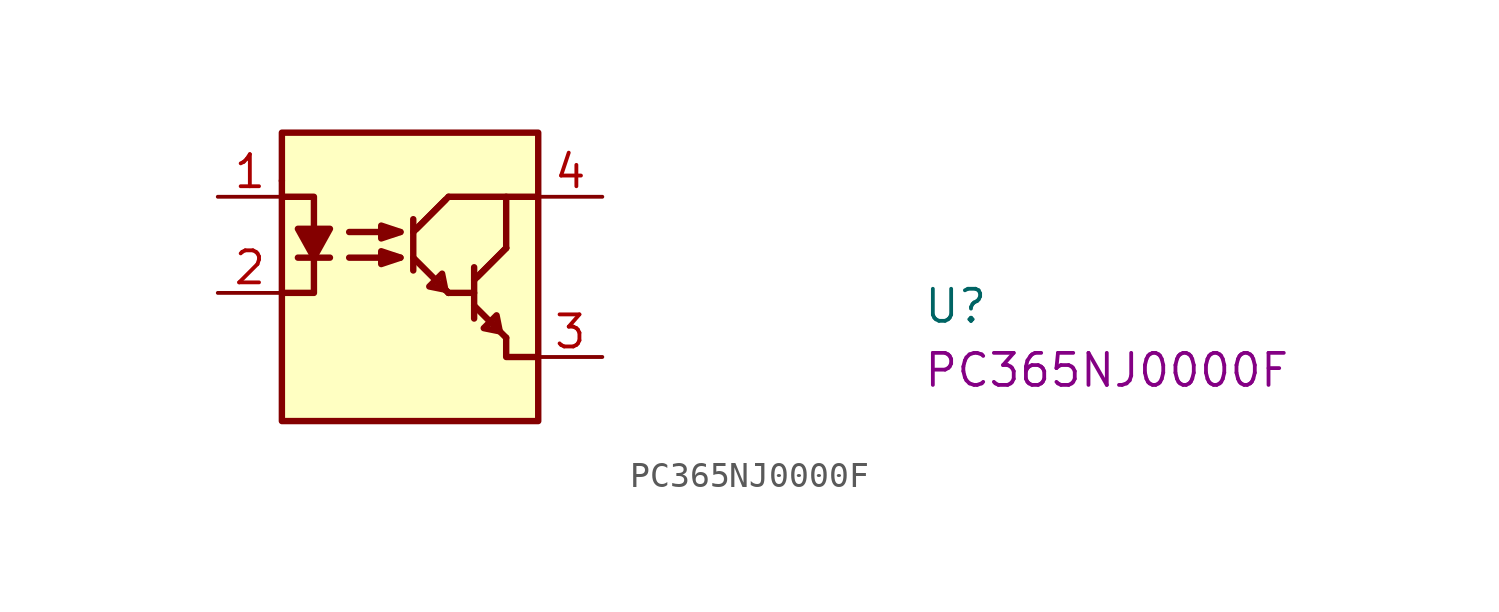
<source format=kicad_sym>
(kicad_symbol_lib
  (version 20220914)
  (generator kicad_symbol_editor)
  (symbol "PC365NJ0000F"
    (property "Reference" "U"
      (at 27.94 -5.08 0)
      (effects (font (size 1.27 1.27) (thickness 0.15)) (justify left bottom)))
    (property "MPN" "PC365NJ0000F"
      (at 27.94 -7.62 0)
      (effects (font (size 1.27 1.27) (thickness 0.15)) (justify left bottom)))
    (symbol "PC365NJ0000F_1_1"
      (polyline (pts (xy 3.175 -2.413) (xy 4.445 -2.413)) (stroke (width 0.254) (type default)) (fill (type background)))
      (polyline (pts (xy 5.207 -2.413) (xy 7.239 -2.413)) (stroke (width 0.254) (type default)) (fill (type background)))
      (polyline (pts (xy 5.207 -1.397) (xy 7.239 -1.397)) (stroke (width 0.254) (type default)) (fill (type background)))
      (polyline (pts (xy 7.747 -0.889) (xy 7.747 -2.921)) (stroke (width 0.254) (type default)) (fill (type background)))
      (polyline (pts (xy 9.017 -3.683) (xy 7.747 -2.413)) (stroke (width 0.254) (type default)) (fill (type background)))
      (polyline (pts (xy 9.017 -0.127) (xy 7.747 -1.397)) (stroke (width 0.254) (type default)) (fill (type background)))
      (polyline (pts (xy 9.144 -3.81) (xy 8.89 -3.556)) (stroke (width 0.254) (type default)) (fill (type background)))
      (polyline (pts (xy 9.144 -3.81) (xy 8.89 -3.556)) (stroke (width 0.254) (type default)) (fill (type background)))
      (polyline (pts (xy 9.144 0) (xy 7.874 -1.27)) (stroke (width 0.254) (type default)) (fill (type background)))
      (polyline (pts (xy 10.16 -3.81) (xy 9.144 -3.81)) (stroke (width 0.254) (type default)) (fill (type background)))
      (polyline (pts (xy 10.16 -2.794) (xy 10.16 -4.826)) (stroke (width 0.254) (type default)) (fill (type background)))
      (polyline (pts (xy 11.43 -5.588) (xy 10.16 -4.318)) (stroke (width 0.254) (type default)) (fill (type background)))
      (polyline (pts (xy 11.43 -2.032) (xy 10.16 -3.302)) (stroke (width 0.254) (type default)) (fill (type background)))
      (polyline (pts (xy 11.43 -2.032) (xy 10.287 -3.175)) (stroke (width 0.254) (type default)) (fill (type background)))
      (polyline (pts (xy 11.43 -2.032) (xy 11.43 0)) (stroke (width 0.254) (type default)) (fill (type none)))
      (polyline (pts (xy 12.7 0) (xy 9.144 0)) (stroke (width 0.254) (type default)) (fill (type background)))
      (polyline (pts (xy 2.54 -3.81) (xy 3.81 -3.81) (xy 3.81 -2.54)) (stroke (width 0.254) (type default)) (fill (type background)))
      (polyline (pts (xy 2.54 0) (xy 3.81 0) (xy 3.81 -1.27)) (stroke (width 0.254) (type default)) (fill (type background)))
      (polyline (pts (xy 11.43 -5.588) (xy 11.43 -6.35) (xy 12.7 -6.35)) (stroke (width 0.254) (type default)) (fill (type none)))
      (polyline (pts (xy 3.175 -1.27) (xy 4.445 -1.27) (xy 3.81 -2.413) (xy 3.175 -1.27)) (stroke (width 0.254) (type default)) (fill (type outline)))
      (polyline (pts (xy 6.477 -2.159) (xy 6.477 -2.159) (xy 6.477 -2.667) (xy 7.239 -2.413) (xy 6.477 -2.159) (xy 6.477 -2.159)) (stroke (width 0.254) (type default)) (fill (type background)))
      (polyline (pts (xy 6.477 -1.143) (xy 6.477 -1.143) (xy 6.477 -1.651) (xy 7.239 -1.397) (xy 6.477 -1.143) (xy 6.477 -1.143)) (stroke (width 0.254) (type default)) (fill (type background)))
      (polyline (pts (xy 9.017 -3.683) (xy 9.017 -3.683) (xy 8.89 -3.048) (xy 8.382 -3.556) (xy 9.017 -3.683) (xy 9.017 -3.683)) (stroke (width 0.254) (type default)) (fill (type background)))
      (polyline (pts (xy 11.176 -5.334) (xy 11.176 -5.334) (xy 11.049 -4.699) (xy 10.541 -5.207) (xy 11.176 -5.334) (xy 11.176 -5.334)) (stroke (width 0.254) (type default)) (fill (type background)))
      (rectangle (start 2.54 0.635) (end 2.54 0.635) (stroke (width 0.254) (type default)) (fill (type background)))
      (rectangle (start 2.54 2.54) (end 12.7 -8.89) (stroke (width 0.254) (type default)) (fill (type background)))
      (pin passive line (at 0 0 0) (length 2.54) (name "~" (effects (font (size 1.27 1.27)))) (number "1" (effects (font (size 1.27 1.27)))))
      (pin passive line (at 0 -3.81 0) (length 2.54) (name "~" (effects (font (size 1.27 1.27)))) (number "2" (effects (font (size 1.27 1.27)))))
      (pin passive line (at 15.24 -6.35 180) (length 2.54) (name "~" (effects (font (size 1.27 1.27)))) (number "3" (effects (font (size 1.27 1.27)))))
      (pin passive line (at 15.24 0 180) (length 2.54) (name "~" (effects (font (size 1.27 1.27)))) (number "4" (effects (font (size 1.27 1.27))))))))
</source>
